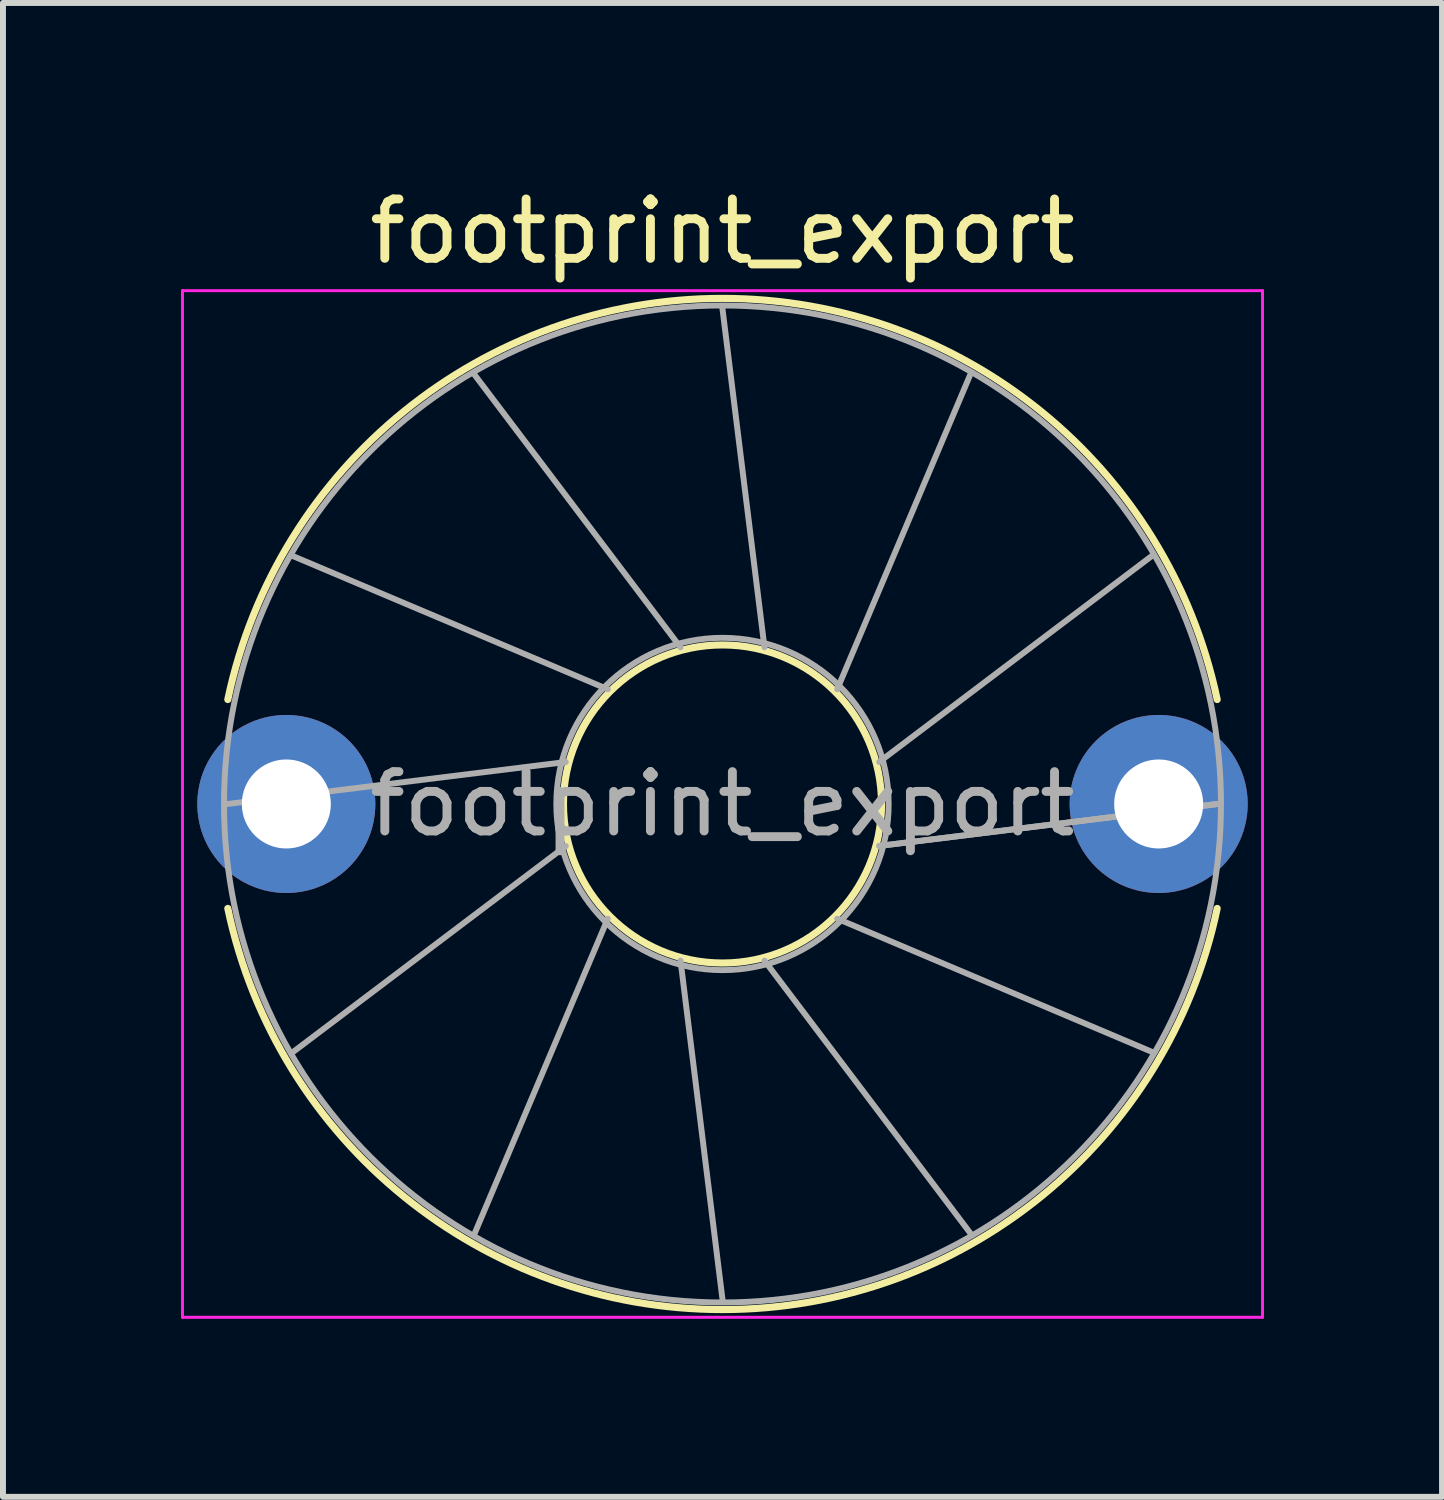
<source format=kicad_pcb>
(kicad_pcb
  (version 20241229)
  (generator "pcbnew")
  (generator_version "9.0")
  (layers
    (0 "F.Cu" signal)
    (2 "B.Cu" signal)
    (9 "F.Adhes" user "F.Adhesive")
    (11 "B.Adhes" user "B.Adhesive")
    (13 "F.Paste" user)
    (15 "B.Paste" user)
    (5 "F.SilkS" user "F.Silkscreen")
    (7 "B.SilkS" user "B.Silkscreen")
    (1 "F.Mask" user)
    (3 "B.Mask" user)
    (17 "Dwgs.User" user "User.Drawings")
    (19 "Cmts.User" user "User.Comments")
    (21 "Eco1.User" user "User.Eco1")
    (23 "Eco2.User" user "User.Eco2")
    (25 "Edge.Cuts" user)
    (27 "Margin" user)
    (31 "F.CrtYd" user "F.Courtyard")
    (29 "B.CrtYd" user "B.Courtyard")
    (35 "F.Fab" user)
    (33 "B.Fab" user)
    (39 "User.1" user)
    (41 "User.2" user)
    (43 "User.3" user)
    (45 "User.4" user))
  (footprint "footprint_export"
    (layer "F.Cu")
    (at 1.775 10.498)
    (property "Reference" "footprint_export" (at 7.35 -9.65 0) (layer "F.SilkS") (effects (font (size 1 1) (thickness 0.15))))
    (attr through_hole)
    (fp_arc (start -0.986234 -1.76) (mid 7.35 -8.52) (end 15.686234 -1.76) (stroke (width 0.12) (type solid)) (layer "F.SilkS"))
    (fp_arc (start 15.686234 1.76) (mid 7.35 8.52) (end -0.986234 1.76) (stroke (width 0.12) (type solid)) (layer "F.SilkS"))
    (fp_circle (center 7.35 0) (end 10.03 0) (stroke (width 0.12) (type solid)) (fill no) (layer "F.SilkS"))
    (fp_line (start -1.75 -8.65) (end -1.75 8.65) (stroke (width 0.05) (type solid)) (layer "F.CrtYd"))
    (fp_line (start -1.75 8.65) (end 16.45 8.65) (stroke (width 0.05) (type solid)) (layer "F.CrtYd"))
    (fp_line (start 16.45 -8.65) (end -1.75 -8.65) (stroke (width 0.05) (type solid)) (layer "F.CrtYd"))
    (fp_line (start 16.45 8.65) (end 16.45 -8.65) (stroke (width 0.05) (type solid)) (layer "F.CrtYd"))
    (fp_line (start -1 0.001) (end 4.709 -0.707) (stroke (width 0.1) (type solid)) (layer "F.Fab"))
    (fp_line (start 0.119 -4.174) (end 5.417 -1.933) (stroke (width 0.1) (type solid)) (layer "F.Fab"))
    (fp_line (start 0.119 4.175) (end 4.71 0.708) (stroke (width 0.1) (type solid)) (layer "F.Fab"))
    (fp_line (start 3.174 -7.23) (end 6.642 -2.64) (stroke (width 0.1) (type solid)) (layer "F.Fab"))
    (fp_line (start 3.176 7.231) (end 5.417 1.933) (stroke (width 0.1) (type solid)) (layer "F.Fab"))
    (fp_line (start 7.349 -8.35) (end 8.057 -2.641) (stroke (width 0.1) (type solid)) (layer "F.Fab"))
    (fp_line (start 7.35 8.35) (end 6.643 2.64) (stroke (width 0.1) (type solid)) (layer "F.Fab"))
    (fp_line (start 11.524 -7.232) (end 9.283 -1.933) (stroke (width 0.1) (type solid)) (layer "F.Fab"))
    (fp_line (start 11.525 7.231) (end 8.058 2.64) (stroke (width 0.1) (type solid)) (layer "F.Fab"))
    (fp_line (start 14.58 -4.176) (end 9.99 -0.708) (stroke (width 0.1) (type solid)) (layer "F.Fab"))
    (fp_line (start 14.581 4.175) (end 9.283 1.933) (stroke (width 0.1) (type solid)) (layer "F.Fab"))
    (fp_line (start 15.7 -0.002) (end 9.991 0.707) (stroke (width 0.1) (type solid)) (layer "F.Fab"))
    (fp_line (start 15.7 0) (end 9.99 0.707) (stroke (width 0.1) (type solid)) (layer "F.Fab"))
    (fp_circle (center 7.35 0) (end 10.15 0) (stroke (width 0.1) (type solid)) (fill no) (layer "F.Fab"))
    (fp_circle (center 7.35 0) (end 15.75 0) (stroke (width 0.1) (type solid)) (fill no) (layer "F.Fab"))
    (fp_text user "${REFERENCE}" (at 7.35 0 0) (layer "F.Fab") (effects (font (size 1 1) (thickness 0.15))))
    (pad "1" thru_hole circle (at 0 0) (size 3 3) (drill 1.5) (layers "*.Cu" "*.Mask"))
    (pad "2" thru_hole circle (at 14.7 0) (size 3 3) (drill 1.5) (layers "*.Cu" "*.Mask")))
  (gr_rect
    (start -3 -3)
    (end 21.25 22.173)
    (stroke (width 0.1) (type default))
    (fill no)
    (layer "Edge.Cuts")))
</source>
